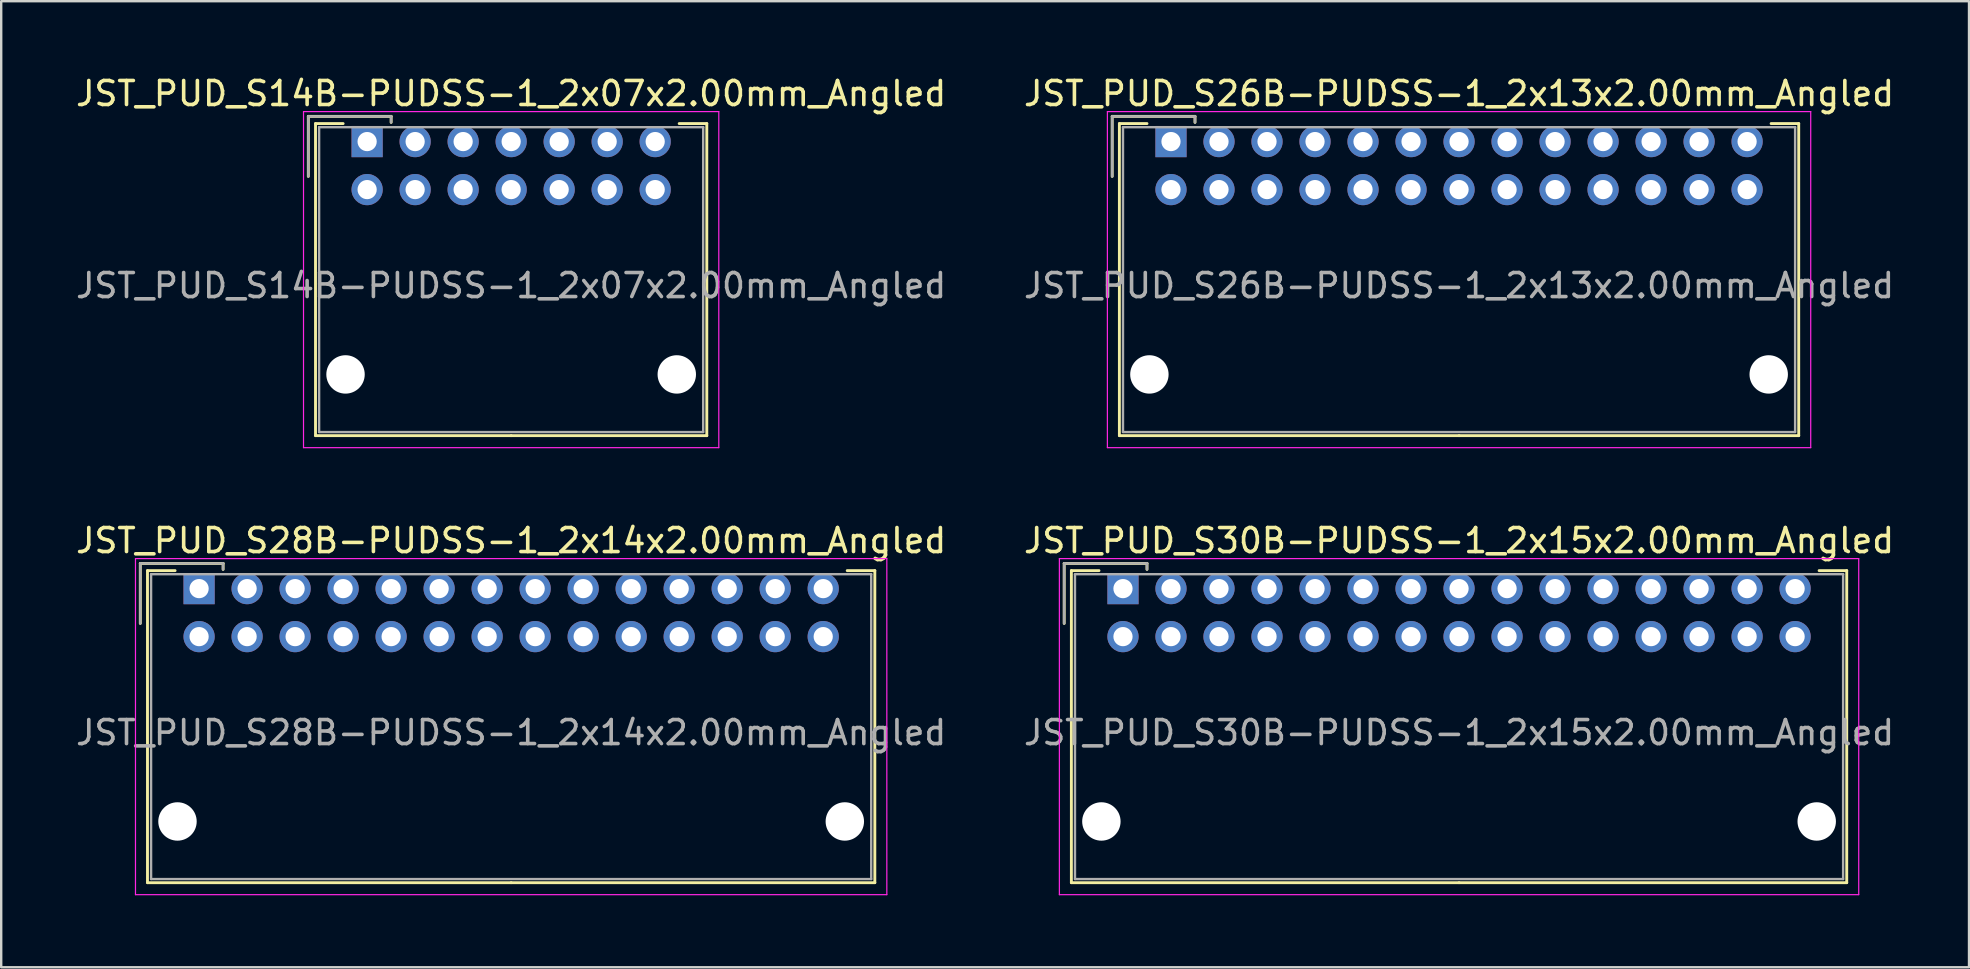
<source format=kicad_pcb>
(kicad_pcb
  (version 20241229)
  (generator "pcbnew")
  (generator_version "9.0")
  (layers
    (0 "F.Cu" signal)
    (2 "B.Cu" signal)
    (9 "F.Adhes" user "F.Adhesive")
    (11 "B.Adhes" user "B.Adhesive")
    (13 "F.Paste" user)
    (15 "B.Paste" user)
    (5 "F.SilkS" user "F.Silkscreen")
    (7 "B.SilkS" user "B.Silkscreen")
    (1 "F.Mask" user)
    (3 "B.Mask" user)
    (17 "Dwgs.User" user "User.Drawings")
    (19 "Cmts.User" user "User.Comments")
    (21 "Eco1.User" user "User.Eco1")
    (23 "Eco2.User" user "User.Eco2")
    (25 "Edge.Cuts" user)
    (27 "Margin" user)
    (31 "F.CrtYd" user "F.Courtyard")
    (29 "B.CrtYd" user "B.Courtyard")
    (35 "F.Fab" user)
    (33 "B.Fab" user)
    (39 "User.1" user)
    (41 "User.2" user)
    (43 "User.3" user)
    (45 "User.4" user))
  (footprint "JST_PUD_S26B-PUDSS-1_2x13x2.00mm_Angled"
    (layer "F.Cu")
    (at 45.732 2.848)
    (property "Reference" "JST_PUD_S26B-PUDSS-1_2x13x2.00mm_Angled" (at 12 -2 0) (layer "F.SilkS") (effects (font (size 1 1) (thickness 0.15))))
    (attr through_hole)
    (fp_line (start -2.45 -1.05) (end -2.45 1.45) (stroke (width 0.12) (type solid)) (layer "F.SilkS"))
    (fp_line (start -2.15 -0.75) (end -2.15 12.25) (stroke (width 0.12) (type solid)) (layer "F.SilkS"))
    (fp_line (start -2.15 12.25) (end 12 12.25) (stroke (width 0.12) (type solid)) (layer "F.SilkS"))
    (fp_line (start -1 -0.75) (end -2.15 -0.75) (stroke (width 0.12) (type solid)) (layer "F.SilkS"))
    (fp_line (start 1 -1.05) (end -2.45 -1.05) (stroke (width 0.12) (type solid)) (layer "F.SilkS"))
    (fp_line (start 1 -0.8) (end 1 -1.05) (stroke (width 0.12) (type solid)) (layer "F.SilkS"))
    (fp_line (start 25 -0.75) (end 26.15 -0.75) (stroke (width 0.12) (type solid)) (layer "F.SilkS"))
    (fp_line (start 26.15 -0.75) (end 26.15 12.25) (stroke (width 0.12) (type solid)) (layer "F.SilkS"))
    (fp_line (start 26.15 12.25) (end 12 12.25) (stroke (width 0.12) (type solid)) (layer "F.SilkS"))
    (fp_line (start -2.65 -1.25) (end -2.65 12.75) (stroke (width 0.05) (type solid)) (layer "F.CrtYd"))
    (fp_line (start -2.65 12.75) (end 26.65 12.75) (stroke (width 0.05) (type solid)) (layer "F.CrtYd"))
    (fp_line (start 26.65 -1.25) (end -2.65 -1.25) (stroke (width 0.05) (type solid)) (layer "F.CrtYd"))
    (fp_line (start 26.65 12.75) (end 26.65 -1.25) (stroke (width 0.05) (type solid)) (layer "F.CrtYd"))
    (fp_line (start -2.45 -1.05) (end -2.45 1.45) (stroke (width 0.1) (type solid)) (layer "F.Fab"))
    (fp_line (start -2 -0.6) (end -2 12.1) (stroke (width 0.1) (type solid)) (layer "F.Fab"))
    (fp_line (start -2 12.1) (end 26 12.1) (stroke (width 0.1) (type solid)) (layer "F.Fab"))
    (fp_line (start 1 -1.05) (end -2.45 -1.05) (stroke (width 0.1) (type solid)) (layer "F.Fab"))
    (fp_line (start 1 -0.8) (end 1 -1.05) (stroke (width 0.1) (type solid)) (layer "F.Fab"))
    (fp_line (start 26 -0.6) (end -2 -0.6) (stroke (width 0.1) (type solid)) (layer "F.Fab"))
    (fp_line (start 26 12.1) (end 26 -0.6) (stroke (width 0.1) (type solid)) (layer "F.Fab"))
    (fp_text user "${REFERENCE}" (at 12 6 0) (layer "F.Fab") (effects (font (size 1 1) (thickness 0.15))))
    (pad "" np_thru_hole circle (at -0.9 9.7) (size 1.6 1.6) (drill 1.6) (layers "*.Cu"))
    (pad "" np_thru_hole circle (at 24.9 9.7) (size 1.6 1.6) (drill 1.6) (layers "*.Cu"))
    (pad "1" thru_hole rect (at 0 0) (size 1.3 1.3) (drill 0.8) (layers "*.Cu" "*.Mask"))
    (pad "2" thru_hole circle (at 0 2) (size 1.3 1.3) (drill 0.8) (layers "*.Cu" "*.Mask"))
    (pad "3" thru_hole circle (at 2 0) (size 1.3 1.3) (drill 0.8) (layers "*.Cu" "*.Mask"))
    (pad "4" thru_hole circle (at 2 2) (size 1.3 1.3) (drill 0.8) (layers "*.Cu" "*.Mask"))
    (pad "5" thru_hole circle (at 4 0) (size 1.3 1.3) (drill 0.8) (layers "*.Cu" "*.Mask"))
    (pad "6" thru_hole circle (at 4 2) (size 1.3 1.3) (drill 0.8) (layers "*.Cu" "*.Mask"))
    (pad "7" thru_hole circle (at 6 0) (size 1.3 1.3) (drill 0.8) (layers "*.Cu" "*.Mask"))
    (pad "8" thru_hole circle (at 6 2) (size 1.3 1.3) (drill 0.8) (layers "*.Cu" "*.Mask"))
    (pad "9" thru_hole circle (at 8 0) (size 1.3 1.3) (drill 0.8) (layers "*.Cu" "*.Mask"))
    (pad "10" thru_hole circle (at 8 2) (size 1.3 1.3) (drill 0.8) (layers "*.Cu" "*.Mask"))
    (pad "11" thru_hole circle (at 10 0) (size 1.3 1.3) (drill 0.8) (layers "*.Cu" "*.Mask"))
    (pad "12" thru_hole circle (at 10 2) (size 1.3 1.3) (drill 0.8) (layers "*.Cu" "*.Mask"))
    (pad "13" thru_hole circle (at 12 0) (size 1.3 1.3) (drill 0.8) (layers "*.Cu" "*.Mask"))
    (pad "14" thru_hole circle (at 12 2) (size 1.3 1.3) (drill 0.8) (layers "*.Cu" "*.Mask"))
    (pad "15" thru_hole circle (at 14 0) (size 1.3 1.3) (drill 0.8) (layers "*.Cu" "*.Mask"))
    (pad "16" thru_hole circle (at 14 2) (size 1.3 1.3) (drill 0.8) (layers "*.Cu" "*.Mask"))
    (pad "17" thru_hole circle (at 16 0) (size 1.3 1.3) (drill 0.8) (layers "*.Cu" "*.Mask"))
    (pad "18" thru_hole circle (at 16 2) (size 1.3 1.3) (drill 0.8) (layers "*.Cu" "*.Mask"))
    (pad "19" thru_hole circle (at 18 0) (size 1.3 1.3) (drill 0.8) (layers "*.Cu" "*.Mask"))
    (pad "20" thru_hole circle (at 18 2) (size 1.3 1.3) (drill 0.8) (layers "*.Cu" "*.Mask"))
    (pad "21" thru_hole circle (at 20 0) (size 1.3 1.3) (drill 0.8) (layers "*.Cu" "*.Mask"))
    (pad "22" thru_hole circle (at 20 2) (size 1.3 1.3) (drill 0.8) (layers "*.Cu" "*.Mask"))
    (pad "23" thru_hole circle (at 22 0) (size 1.3 1.3) (drill 0.8) (layers "*.Cu" "*.Mask"))
    (pad "24" thru_hole circle (at 22 2) (size 1.3 1.3) (drill 0.8) (layers "*.Cu" "*.Mask"))
    (pad "25" thru_hole circle (at 24 0) (size 1.3 1.3) (drill 0.8) (layers "*.Cu" "*.Mask"))
    (pad "26" thru_hole circle (at 24 2) (size 1.3 1.3) (drill 0.8) (layers "*.Cu" "*.Mask")))
  (footprint "JST_PUD_S28B-PUDSS-1_2x14x2.00mm_Angled"
    (layer "F.Cu")
    (at 5.244 21.471)
    (property "Reference" "JST_PUD_S28B-PUDSS-1_2x14x2.00mm_Angled" (at 13 -2 0) (layer "F.SilkS") (effects (font (size 1 1) (thickness 0.15))))
    (attr through_hole)
    (fp_line (start -2.45 -1.05) (end -2.45 1.45) (stroke (width 0.12) (type solid)) (layer "F.SilkS"))
    (fp_line (start -2.15 -0.75) (end -2.15 12.25) (stroke (width 0.12) (type solid)) (layer "F.SilkS"))
    (fp_line (start -2.15 12.25) (end 13 12.25) (stroke (width 0.12) (type solid)) (layer "F.SilkS"))
    (fp_line (start -1 -0.75) (end -2.15 -0.75) (stroke (width 0.12) (type solid)) (layer "F.SilkS"))
    (fp_line (start 1 -1.05) (end -2.45 -1.05) (stroke (width 0.12) (type solid)) (layer "F.SilkS"))
    (fp_line (start 1 -0.8) (end 1 -1.05) (stroke (width 0.12) (type solid)) (layer "F.SilkS"))
    (fp_line (start 27 -0.75) (end 28.15 -0.75) (stroke (width 0.12) (type solid)) (layer "F.SilkS"))
    (fp_line (start 28.15 -0.75) (end 28.15 12.25) (stroke (width 0.12) (type solid)) (layer "F.SilkS"))
    (fp_line (start 28.15 12.25) (end 13 12.25) (stroke (width 0.12) (type solid)) (layer "F.SilkS"))
    (fp_line (start -2.65 -1.25) (end -2.65 12.75) (stroke (width 0.05) (type solid)) (layer "F.CrtYd"))
    (fp_line (start -2.65 12.75) (end 28.65 12.75) (stroke (width 0.05) (type solid)) (layer "F.CrtYd"))
    (fp_line (start 28.65 -1.25) (end -2.65 -1.25) (stroke (width 0.05) (type solid)) (layer "F.CrtYd"))
    (fp_line (start 28.65 12.75) (end 28.65 -1.25) (stroke (width 0.05) (type solid)) (layer "F.CrtYd"))
    (fp_line (start -2.45 -1.05) (end -2.45 1.45) (stroke (width 0.1) (type solid)) (layer "F.Fab"))
    (fp_line (start -2 -0.6) (end -2 12.1) (stroke (width 0.1) (type solid)) (layer "F.Fab"))
    (fp_line (start -2 12.1) (end 28 12.1) (stroke (width 0.1) (type solid)) (layer "F.Fab"))
    (fp_line (start 1 -1.05) (end -2.45 -1.05) (stroke (width 0.1) (type solid)) (layer "F.Fab"))
    (fp_line (start 1 -0.8) (end 1 -1.05) (stroke (width 0.1) (type solid)) (layer "F.Fab"))
    (fp_line (start 28 -0.6) (end -2 -0.6) (stroke (width 0.1) (type solid)) (layer "F.Fab"))
    (fp_line (start 28 12.1) (end 28 -0.6) (stroke (width 0.1) (type solid)) (layer "F.Fab"))
    (fp_text user "${REFERENCE}" (at 13 6 0) (layer "F.Fab") (effects (font (size 1 1) (thickness 0.15))))
    (pad "" np_thru_hole circle (at -0.9 9.7) (size 1.6 1.6) (drill 1.6) (layers "*.Cu"))
    (pad "" np_thru_hole circle (at 26.9 9.7) (size 1.6 1.6) (drill 1.6) (layers "*.Cu"))
    (pad "1" thru_hole rect (at 0 0) (size 1.3 1.3) (drill 0.8) (layers "*.Cu" "*.Mask"))
    (pad "2" thru_hole circle (at 0 2) (size 1.3 1.3) (drill 0.8) (layers "*.Cu" "*.Mask"))
    (pad "3" thru_hole circle (at 2 0) (size 1.3 1.3) (drill 0.8) (layers "*.Cu" "*.Mask"))
    (pad "4" thru_hole circle (at 2 2) (size 1.3 1.3) (drill 0.8) (layers "*.Cu" "*.Mask"))
    (pad "5" thru_hole circle (at 4 0) (size 1.3 1.3) (drill 0.8) (layers "*.Cu" "*.Mask"))
    (pad "6" thru_hole circle (at 4 2) (size 1.3 1.3) (drill 0.8) (layers "*.Cu" "*.Mask"))
    (pad "7" thru_hole circle (at 6 0) (size 1.3 1.3) (drill 0.8) (layers "*.Cu" "*.Mask"))
    (pad "8" thru_hole circle (at 6 2) (size 1.3 1.3) (drill 0.8) (layers "*.Cu" "*.Mask"))
    (pad "9" thru_hole circle (at 8 0) (size 1.3 1.3) (drill 0.8) (layers "*.Cu" "*.Mask"))
    (pad "10" thru_hole circle (at 8 2) (size 1.3 1.3) (drill 0.8) (layers "*.Cu" "*.Mask"))
    (pad "11" thru_hole circle (at 10 0) (size 1.3 1.3) (drill 0.8) (layers "*.Cu" "*.Mask"))
    (pad "12" thru_hole circle (at 10 2) (size 1.3 1.3) (drill 0.8) (layers "*.Cu" "*.Mask"))
    (pad "13" thru_hole circle (at 12 0) (size 1.3 1.3) (drill 0.8) (layers "*.Cu" "*.Mask"))
    (pad "14" thru_hole circle (at 12 2) (size 1.3 1.3) (drill 0.8) (layers "*.Cu" "*.Mask"))
    (pad "15" thru_hole circle (at 14 0) (size 1.3 1.3) (drill 0.8) (layers "*.Cu" "*.Mask"))
    (pad "16" thru_hole circle (at 14 2) (size 1.3 1.3) (drill 0.8) (layers "*.Cu" "*.Mask"))
    (pad "17" thru_hole circle (at 16 0) (size 1.3 1.3) (drill 0.8) (layers "*.Cu" "*.Mask"))
    (pad "18" thru_hole circle (at 16 2) (size 1.3 1.3) (drill 0.8) (layers "*.Cu" "*.Mask"))
    (pad "19" thru_hole circle (at 18 0) (size 1.3 1.3) (drill 0.8) (layers "*.Cu" "*.Mask"))
    (pad "20" thru_hole circle (at 18 2) (size 1.3 1.3) (drill 0.8) (layers "*.Cu" "*.Mask"))
    (pad "21" thru_hole circle (at 20 0) (size 1.3 1.3) (drill 0.8) (layers "*.Cu" "*.Mask"))
    (pad "22" thru_hole circle (at 20 2) (size 1.3 1.3) (drill 0.8) (layers "*.Cu" "*.Mask"))
    (pad "23" thru_hole circle (at 22 0) (size 1.3 1.3) (drill 0.8) (layers "*.Cu" "*.Mask"))
    (pad "24" thru_hole circle (at 22 2) (size 1.3 1.3) (drill 0.8) (layers "*.Cu" "*.Mask"))
    (pad "25" thru_hole circle (at 24 0) (size 1.3 1.3) (drill 0.8) (layers "*.Cu" "*.Mask"))
    (pad "26" thru_hole circle (at 24 2) (size 1.3 1.3) (drill 0.8) (layers "*.Cu" "*.Mask"))
    (pad "27" thru_hole circle (at 26 0) (size 1.3 1.3) (drill 0.8) (layers "*.Cu" "*.Mask"))
    (pad "28" thru_hole circle (at 26 2) (size 1.3 1.3) (drill 0.8) (layers "*.Cu" "*.Mask")))
  (footprint "JST_PUD_S14B-PUDSS-1_2x07x2.00mm_Angled"
    (layer "F.Cu")
    (at 12.244 2.848)
    (property "Reference" "JST_PUD_S14B-PUDSS-1_2x07x2.00mm_Angled" (at 6 -2 0) (layer "F.SilkS") (effects (font (size 1 1) (thickness 0.15))))
    (attr through_hole)
    (fp_line (start -2.45 -1.05) (end -2.45 1.45) (stroke (width 0.12) (type solid)) (layer "F.SilkS"))
    (fp_line (start -2.15 -0.75) (end -2.15 12.25) (stroke (width 0.12) (type solid)) (layer "F.SilkS"))
    (fp_line (start -2.15 12.25) (end 6 12.25) (stroke (width 0.12) (type solid)) (layer "F.SilkS"))
    (fp_line (start -1 -0.75) (end -2.15 -0.75) (stroke (width 0.12) (type solid)) (layer "F.SilkS"))
    (fp_line (start 1 -1.05) (end -2.45 -1.05) (stroke (width 0.12) (type solid)) (layer "F.SilkS"))
    (fp_line (start 1 -0.8) (end 1 -1.05) (stroke (width 0.12) (type solid)) (layer "F.SilkS"))
    (fp_line (start 13 -0.75) (end 14.15 -0.75) (stroke (width 0.12) (type solid)) (layer "F.SilkS"))
    (fp_line (start 14.15 -0.75) (end 14.15 12.25) (stroke (width 0.12) (type solid)) (layer "F.SilkS"))
    (fp_line (start 14.15 12.25) (end 6 12.25) (stroke (width 0.12) (type solid)) (layer "F.SilkS"))
    (fp_line (start -2.65 -1.25) (end -2.65 12.75) (stroke (width 0.05) (type solid)) (layer "F.CrtYd"))
    (fp_line (start -2.65 12.75) (end 14.65 12.75) (stroke (width 0.05) (type solid)) (layer "F.CrtYd"))
    (fp_line (start 14.65 -1.25) (end -2.65 -1.25) (stroke (width 0.05) (type solid)) (layer "F.CrtYd"))
    (fp_line (start 14.65 12.75) (end 14.65 -1.25) (stroke (width 0.05) (type solid)) (layer "F.CrtYd"))
    (fp_line (start -2.45 -1.05) (end -2.45 1.45) (stroke (width 0.1) (type solid)) (layer "F.Fab"))
    (fp_line (start -2 -0.6) (end -2 12.1) (stroke (width 0.1) (type solid)) (layer "F.Fab"))
    (fp_line (start -2 12.1) (end 14 12.1) (stroke (width 0.1) (type solid)) (layer "F.Fab"))
    (fp_line (start 1 -1.05) (end -2.45 -1.05) (stroke (width 0.1) (type solid)) (layer "F.Fab"))
    (fp_line (start 1 -0.8) (end 1 -1.05) (stroke (width 0.1) (type solid)) (layer "F.Fab"))
    (fp_line (start 14 -0.6) (end -2 -0.6) (stroke (width 0.1) (type solid)) (layer "F.Fab"))
    (fp_line (start 14 12.1) (end 14 -0.6) (stroke (width 0.1) (type solid)) (layer "F.Fab"))
    (fp_text user "${REFERENCE}" (at 6 6 0) (layer "F.Fab") (effects (font (size 1 1) (thickness 0.15))))
    (pad "" np_thru_hole circle (at -0.9 9.7) (size 1.6 1.6) (drill 1.6) (layers "*.Cu"))
    (pad "" np_thru_hole circle (at 12.9 9.7) (size 1.6 1.6) (drill 1.6) (layers "*.Cu"))
    (pad "1" thru_hole rect (at 0 0) (size 1.3 1.3) (drill 0.8) (layers "*.Cu" "*.Mask"))
    (pad "2" thru_hole circle (at 0 2) (size 1.3 1.3) (drill 0.8) (layers "*.Cu" "*.Mask"))
    (pad "3" thru_hole circle (at 2 0) (size 1.3 1.3) (drill 0.8) (layers "*.Cu" "*.Mask"))
    (pad "4" thru_hole circle (at 2 2) (size 1.3 1.3) (drill 0.8) (layers "*.Cu" "*.Mask"))
    (pad "5" thru_hole circle (at 4 0) (size 1.3 1.3) (drill 0.8) (layers "*.Cu" "*.Mask"))
    (pad "6" thru_hole circle (at 4 2) (size 1.3 1.3) (drill 0.8) (layers "*.Cu" "*.Mask"))
    (pad "7" thru_hole circle (at 6 0) (size 1.3 1.3) (drill 0.8) (layers "*.Cu" "*.Mask"))
    (pad "8" thru_hole circle (at 6 2) (size 1.3 1.3) (drill 0.8) (layers "*.Cu" "*.Mask"))
    (pad "9" thru_hole circle (at 8 0) (size 1.3 1.3) (drill 0.8) (layers "*.Cu" "*.Mask"))
    (pad "10" thru_hole circle (at 8 2) (size 1.3 1.3) (drill 0.8) (layers "*.Cu" "*.Mask"))
    (pad "11" thru_hole circle (at 10 0) (size 1.3 1.3) (drill 0.8) (layers "*.Cu" "*.Mask"))
    (pad "12" thru_hole circle (at 10 2) (size 1.3 1.3) (drill 0.8) (layers "*.Cu" "*.Mask"))
    (pad "13" thru_hole circle (at 12 0) (size 1.3 1.3) (drill 0.8) (layers "*.Cu" "*.Mask"))
    (pad "14" thru_hole circle (at 12 2) (size 1.3 1.3) (drill 0.8) (layers "*.Cu" "*.Mask")))
  (footprint "JST_PUD_S30B-PUDSS-1_2x15x2.00mm_Angled"
    (layer "F.Cu")
    (at 43.732 21.471)
    (property "Reference" "JST_PUD_S30B-PUDSS-1_2x15x2.00mm_Angled" (at 14 -2 0) (layer "F.SilkS") (effects (font (size 1 1) (thickness 0.15))))
    (attr through_hole)
    (fp_line (start -2.45 -1.05) (end -2.45 1.45) (stroke (width 0.12) (type solid)) (layer "F.SilkS"))
    (fp_line (start -2.15 -0.75) (end -2.15 12.25) (stroke (width 0.12) (type solid)) (layer "F.SilkS"))
    (fp_line (start -2.15 12.25) (end 14 12.25) (stroke (width 0.12) (type solid)) (layer "F.SilkS"))
    (fp_line (start -1 -0.75) (end -2.15 -0.75) (stroke (width 0.12) (type solid)) (layer "F.SilkS"))
    (fp_line (start 1 -1.05) (end -2.45 -1.05) (stroke (width 0.12) (type solid)) (layer "F.SilkS"))
    (fp_line (start 1 -0.8) (end 1 -1.05) (stroke (width 0.12) (type solid)) (layer "F.SilkS"))
    (fp_line (start 29 -0.75) (end 30.15 -0.75) (stroke (width 0.12) (type solid)) (layer "F.SilkS"))
    (fp_line (start 30.15 -0.75) (end 30.15 12.25) (stroke (width 0.12) (type solid)) (layer "F.SilkS"))
    (fp_line (start 30.15 12.25) (end 14 12.25) (stroke (width 0.12) (type solid)) (layer "F.SilkS"))
    (fp_line (start -2.65 -1.25) (end -2.65 12.75) (stroke (width 0.05) (type solid)) (layer "F.CrtYd"))
    (fp_line (start -2.65 12.75) (end 30.65 12.75) (stroke (width 0.05) (type solid)) (layer "F.CrtYd"))
    (fp_line (start 30.65 -1.25) (end -2.65 -1.25) (stroke (width 0.05) (type solid)) (layer "F.CrtYd"))
    (fp_line (start 30.65 12.75) (end 30.65 -1.25) (stroke (width 0.05) (type solid)) (layer "F.CrtYd"))
    (fp_line (start -2.45 -1.05) (end -2.45 1.45) (stroke (width 0.1) (type solid)) (layer "F.Fab"))
    (fp_line (start -2 -0.6) (end -2 12.1) (stroke (width 0.1) (type solid)) (layer "F.Fab"))
    (fp_line (start -2 12.1) (end 30 12.1) (stroke (width 0.1) (type solid)) (layer "F.Fab"))
    (fp_line (start 1 -1.05) (end -2.45 -1.05) (stroke (width 0.1) (type solid)) (layer "F.Fab"))
    (fp_line (start 1 -0.8) (end 1 -1.05) (stroke (width 0.1) (type solid)) (layer "F.Fab"))
    (fp_line (start 30 -0.6) (end -2 -0.6) (stroke (width 0.1) (type solid)) (layer "F.Fab"))
    (fp_line (start 30 12.1) (end 30 -0.6) (stroke (width 0.1) (type solid)) (layer "F.Fab"))
    (fp_text user "${REFERENCE}" (at 14 6 0) (layer "F.Fab") (effects (font (size 1 1) (thickness 0.15))))
    (pad "" np_thru_hole circle (at -0.9 9.7) (size 1.6 1.6) (drill 1.6) (layers "*.Cu"))
    (pad "" np_thru_hole circle (at 28.9 9.7) (size 1.6 1.6) (drill 1.6) (layers "*.Cu"))
    (pad "1" thru_hole rect (at 0 0) (size 1.3 1.3) (drill 0.8) (layers "*.Cu" "*.Mask"))
    (pad "2" thru_hole circle (at 0 2) (size 1.3 1.3) (drill 0.8) (layers "*.Cu" "*.Mask"))
    (pad "3" thru_hole circle (at 2 0) (size 1.3 1.3) (drill 0.8) (layers "*.Cu" "*.Mask"))
    (pad "4" thru_hole circle (at 2 2) (size 1.3 1.3) (drill 0.8) (layers "*.Cu" "*.Mask"))
    (pad "5" thru_hole circle (at 4 0) (size 1.3 1.3) (drill 0.8) (layers "*.Cu" "*.Mask"))
    (pad "6" thru_hole circle (at 4 2) (size 1.3 1.3) (drill 0.8) (layers "*.Cu" "*.Mask"))
    (pad "7" thru_hole circle (at 6 0) (size 1.3 1.3) (drill 0.8) (layers "*.Cu" "*.Mask"))
    (pad "8" thru_hole circle (at 6 2) (size 1.3 1.3) (drill 0.8) (layers "*.Cu" "*.Mask"))
    (pad "9" thru_hole circle (at 8 0) (size 1.3 1.3) (drill 0.8) (layers "*.Cu" "*.Mask"))
    (pad "10" thru_hole circle (at 8 2) (size 1.3 1.3) (drill 0.8) (layers "*.Cu" "*.Mask"))
    (pad "11" thru_hole circle (at 10 0) (size 1.3 1.3) (drill 0.8) (layers "*.Cu" "*.Mask"))
    (pad "12" thru_hole circle (at 10 2) (size 1.3 1.3) (drill 0.8) (layers "*.Cu" "*.Mask"))
    (pad "13" thru_hole circle (at 12 0) (size 1.3 1.3) (drill 0.8) (layers "*.Cu" "*.Mask"))
    (pad "14" thru_hole circle (at 12 2) (size 1.3 1.3) (drill 0.8) (layers "*.Cu" "*.Mask"))
    (pad "15" thru_hole circle (at 14 0) (size 1.3 1.3) (drill 0.8) (layers "*.Cu" "*.Mask"))
    (pad "16" thru_hole circle (at 14 2) (size 1.3 1.3) (drill 0.8) (layers "*.Cu" "*.Mask"))
    (pad "17" thru_hole circle (at 16 0) (size 1.3 1.3) (drill 0.8) (layers "*.Cu" "*.Mask"))
    (pad "18" thru_hole circle (at 16 2) (size 1.3 1.3) (drill 0.8) (layers "*.Cu" "*.Mask"))
    (pad "19" thru_hole circle (at 18 0) (size 1.3 1.3) (drill 0.8) (layers "*.Cu" "*.Mask"))
    (pad "20" thru_hole circle (at 18 2) (size 1.3 1.3) (drill 0.8) (layers "*.Cu" "*.Mask"))
    (pad "21" thru_hole circle (at 20 0) (size 1.3 1.3) (drill 0.8) (layers "*.Cu" "*.Mask"))
    (pad "22" thru_hole circle (at 20 2) (size 1.3 1.3) (drill 0.8) (layers "*.Cu" "*.Mask"))
    (pad "23" thru_hole circle (at 22 0) (size 1.3 1.3) (drill 0.8) (layers "*.Cu" "*.Mask"))
    (pad "24" thru_hole circle (at 22 2) (size 1.3 1.3) (drill 0.8) (layers "*.Cu" "*.Mask"))
    (pad "25" thru_hole circle (at 24 0) (size 1.3 1.3) (drill 0.8) (layers "*.Cu" "*.Mask"))
    (pad "26" thru_hole circle (at 24 2) (size 1.3 1.3) (drill 0.8) (layers "*.Cu" "*.Mask"))
    (pad "27" thru_hole circle (at 26 0) (size 1.3 1.3) (drill 0.8) (layers "*.Cu" "*.Mask"))
    (pad "28" thru_hole circle (at 26 2) (size 1.3 1.3) (drill 0.8) (layers "*.Cu" "*.Mask"))
    (pad "29" thru_hole circle (at 28 0) (size 1.3 1.3) (drill 0.8) (layers "*.Cu" "*.Mask"))
    (pad "30" thru_hole circle (at 28 2) (size 1.3 1.3) (drill 0.8) (layers "*.Cu" "*.Mask")))
  (gr_rect
    (start -3 -3)
    (end 78.976 37.246)
    (stroke (width 0.1) (type default))
    (fill no)
    (layer "Edge.Cuts")))
</source>
